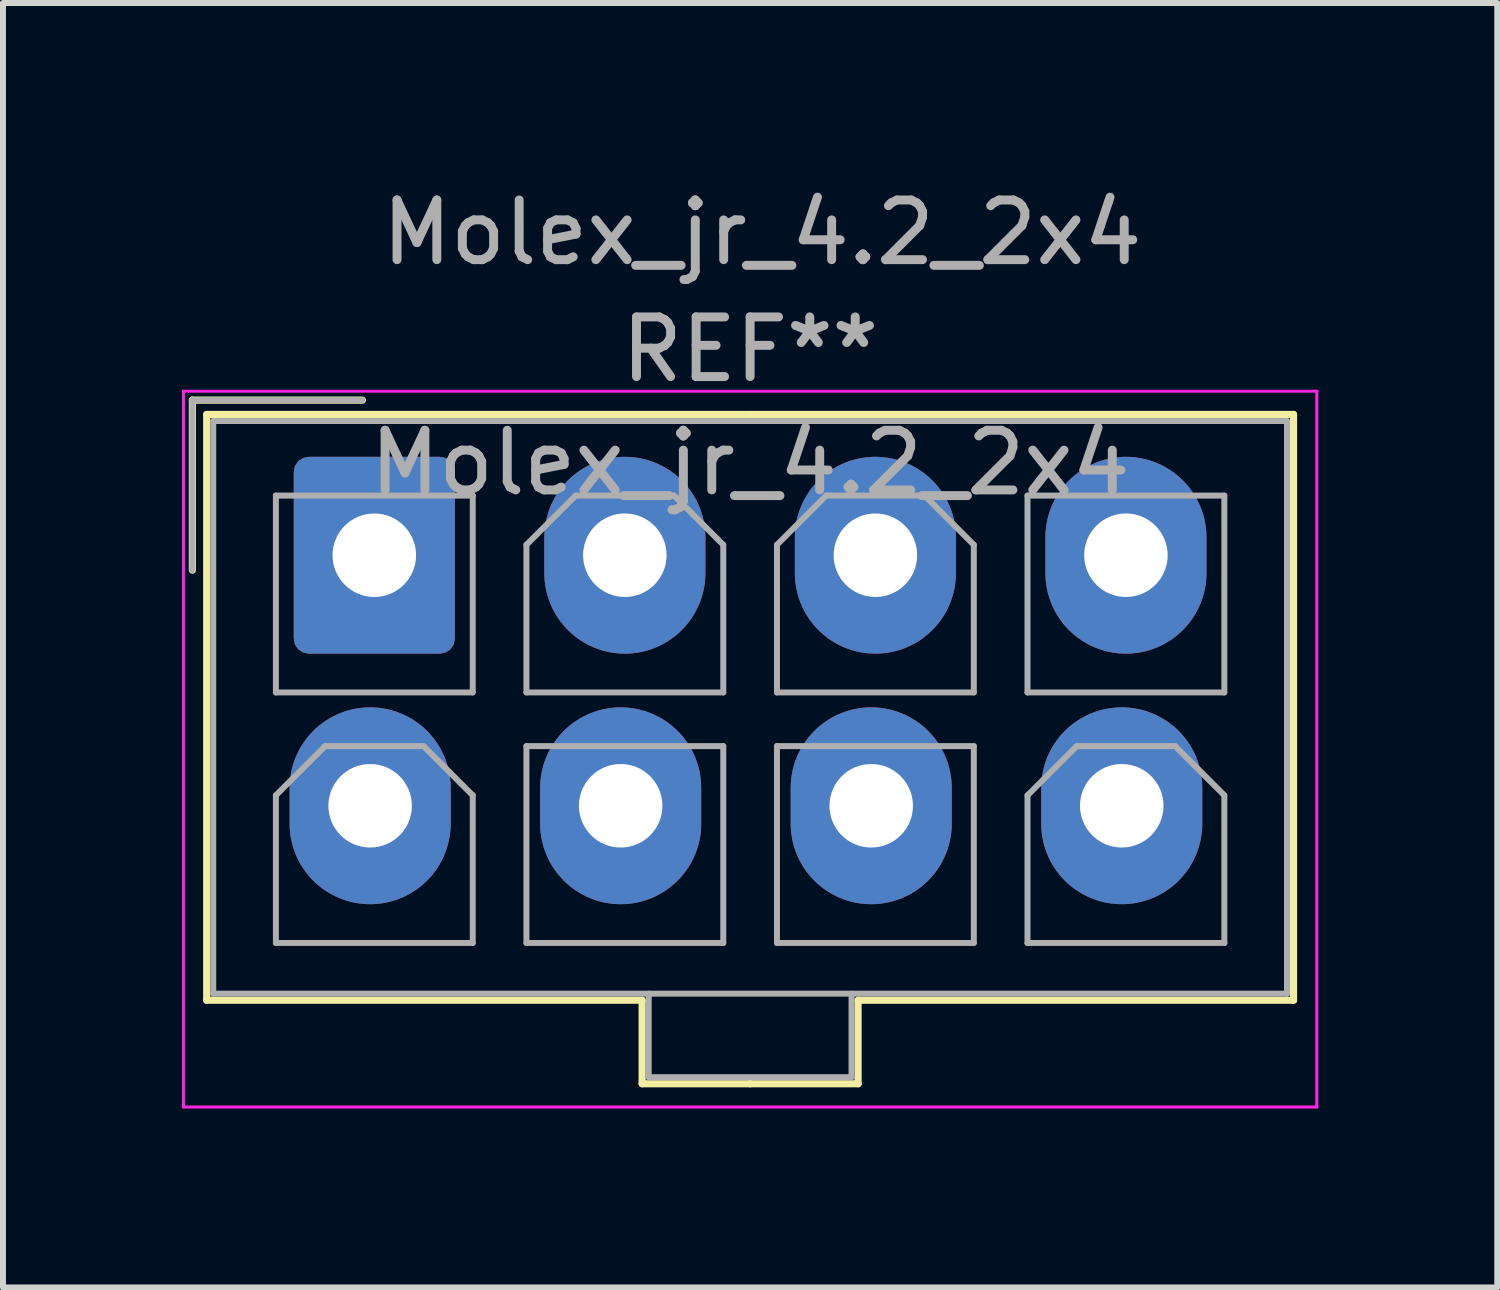
<source format=kicad_pcb>
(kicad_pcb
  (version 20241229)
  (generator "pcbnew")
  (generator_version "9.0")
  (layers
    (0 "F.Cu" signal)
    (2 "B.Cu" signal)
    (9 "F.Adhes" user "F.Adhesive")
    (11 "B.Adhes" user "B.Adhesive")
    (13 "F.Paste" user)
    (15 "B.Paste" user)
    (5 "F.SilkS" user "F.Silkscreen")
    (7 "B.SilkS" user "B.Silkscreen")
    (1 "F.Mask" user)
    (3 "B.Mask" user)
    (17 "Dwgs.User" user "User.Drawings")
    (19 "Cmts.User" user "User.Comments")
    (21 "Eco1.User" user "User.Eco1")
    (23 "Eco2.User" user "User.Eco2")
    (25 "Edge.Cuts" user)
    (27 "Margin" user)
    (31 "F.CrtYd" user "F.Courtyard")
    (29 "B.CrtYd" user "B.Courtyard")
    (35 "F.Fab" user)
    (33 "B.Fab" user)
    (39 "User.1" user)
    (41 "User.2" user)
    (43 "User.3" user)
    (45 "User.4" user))
  (footprint "Molex_jr_4.2_2x4"
    (layer "F.Cu")
    (at 9.725 0.348)
    (property "Reference" "Molex_jr_4.2_2x4" (at 0 0.5 0) (layer "F.Fab") (effects (font (size 1 1) (thickness 0.15))))
    (attr through_hole)
    (fp_line (start -9.55 3.31) (end -9.55 6.16) (stroke (width 0.12) (type solid)) (layer "F.SilkS"))
    (fp_line (start -9.31 3.55) (end -9.31 13.37) (stroke (width 0.12) (type solid)) (layer "F.SilkS"))
    (fp_line (start -9.31 13.37) (end -2.01 13.37) (stroke (width 0.12) (type solid)) (layer "F.SilkS"))
    (fp_line (start -6.7 3.31) (end -9.55 3.31) (stroke (width 0.12) (type solid)) (layer "F.SilkS"))
    (fp_line (start -2.01 13.37) (end -2.01 14.77) (stroke (width 0.12) (type solid)) (layer "F.SilkS"))
    (fp_line (start -2.01 14.77) (end -0.2 14.77) (stroke (width 0.12) (type solid)) (layer "F.SilkS"))
    (fp_line (start -0.2 3.55) (end -9.31 3.55) (stroke (width 0.12) (type solid)) (layer "F.SilkS"))
    (fp_line (start -0.2 3.55) (end 8.91 3.55) (stroke (width 0.12) (type solid)) (layer "F.SilkS"))
    (fp_line (start 1.61 13.37) (end 1.61 14.77) (stroke (width 0.12) (type solid)) (layer "F.SilkS"))
    (fp_line (start 1.61 14.77) (end -0.2 14.77) (stroke (width 0.12) (type solid)) (layer "F.SilkS"))
    (fp_line (start 8.91 3.55) (end 8.91 13.37) (stroke (width 0.12) (type solid)) (layer "F.SilkS"))
    (fp_line (start 8.91 13.37) (end 1.61 13.37) (stroke (width 0.12) (type solid)) (layer "F.SilkS"))
    (fp_line (start -9.7 3.16) (end -9.7 15.16) (stroke (width 0.05) (type solid)) (layer "F.CrtYd"))
    (fp_line (start -9.7 15.16) (end 9.3 15.16) (stroke (width 0.05) (type solid)) (layer "F.CrtYd"))
    (fp_line (start 9.3 3.16) (end -9.7 3.16) (stroke (width 0.05) (type solid)) (layer "F.CrtYd"))
    (fp_line (start 9.3 15.16) (end 9.3 3.16) (stroke (width 0.05) (type solid)) (layer "F.CrtYd"))
    (fp_line (start -9.55 3.31) (end -9.55 6.16) (stroke (width 0.1) (type solid)) (layer "F.Fab"))
    (fp_line (start -9.2 3.66) (end -9.2 13.26) (stroke (width 0.1) (type solid)) (layer "F.Fab"))
    (fp_line (start -9.2 13.26) (end 8.8 13.26) (stroke (width 0.1) (type solid)) (layer "F.Fab"))
    (fp_line (start -8.15 4.91) (end -8.15 8.21) (stroke (width 0.1) (type solid)) (layer "F.Fab"))
    (fp_line (start -8.15 8.21) (end -4.85 8.21) (stroke (width 0.1) (type solid)) (layer "F.Fab"))
    (fp_line (start -8.15 9.935) (end -7.325 9.11) (stroke (width 0.1) (type solid)) (layer "F.Fab"))
    (fp_line (start -8.15 12.41) (end -8.15 9.935) (stroke (width 0.1) (type solid)) (layer "F.Fab"))
    (fp_line (start -7.325 9.11) (end -5.675 9.11) (stroke (width 0.1) (type solid)) (layer "F.Fab"))
    (fp_line (start -6.7 3.31) (end -9.55 3.31) (stroke (width 0.1) (type solid)) (layer "F.Fab"))
    (fp_line (start -5.675 9.11) (end -4.85 9.935) (stroke (width 0.1) (type solid)) (layer "F.Fab"))
    (fp_line (start -4.85 4.91) (end -8.15 4.91) (stroke (width 0.1) (type solid)) (layer "F.Fab"))
    (fp_line (start -4.85 8.21) (end -4.85 4.91) (stroke (width 0.1) (type solid)) (layer "F.Fab"))
    (fp_line (start -4.85 9.935) (end -4.85 12.41) (stroke (width 0.1) (type solid)) (layer "F.Fab"))
    (fp_line (start -4.85 12.41) (end -8.15 12.41) (stroke (width 0.1) (type solid)) (layer "F.Fab"))
    (fp_line (start -3.95 5.735) (end -3.125 4.91) (stroke (width 0.1) (type solid)) (layer "F.Fab"))
    (fp_line (start -3.95 8.21) (end -3.95 5.735) (stroke (width 0.1) (type solid)) (layer "F.Fab"))
    (fp_line (start -3.95 9.11) (end -3.95 12.41) (stroke (width 0.1) (type solid)) (layer "F.Fab"))
    (fp_line (start -3.95 12.41) (end -0.65 12.41) (stroke (width 0.1) (type solid)) (layer "F.Fab"))
    (fp_line (start -3.125 4.91) (end -1.475 4.91) (stroke (width 0.1) (type solid)) (layer "F.Fab"))
    (fp_line (start -1.9 13.26) (end -1.9 14.66) (stroke (width 0.1) (type solid)) (layer "F.Fab"))
    (fp_line (start -1.9 14.66) (end 1.5 14.66) (stroke (width 0.1) (type solid)) (layer "F.Fab"))
    (fp_line (start -1.475 4.91) (end -0.65 5.735) (stroke (width 0.1) (type solid)) (layer "F.Fab"))
    (fp_line (start -0.65 5.735) (end -0.65 8.21) (stroke (width 0.1) (type solid)) (layer "F.Fab"))
    (fp_line (start -0.65 8.21) (end -3.95 8.21) (stroke (width 0.1) (type solid)) (layer "F.Fab"))
    (fp_line (start -0.65 9.11) (end -3.95 9.11) (stroke (width 0.1) (type solid)) (layer "F.Fab"))
    (fp_line (start -0.65 12.41) (end -0.65 9.11) (stroke (width 0.1) (type solid)) (layer "F.Fab"))
    (fp_line (start 0.25 5.735) (end 1.075 4.91) (stroke (width 0.1) (type solid)) (layer "F.Fab"))
    (fp_line (start 0.25 8.21) (end 0.25 5.735) (stroke (width 0.1) (type solid)) (layer "F.Fab"))
    (fp_line (start 0.25 9.11) (end 0.25 12.41) (stroke (width 0.1) (type solid)) (layer "F.Fab"))
    (fp_line (start 0.25 12.41) (end 3.55 12.41) (stroke (width 0.1) (type solid)) (layer "F.Fab"))
    (fp_line (start 1.075 4.91) (end 2.725 4.91) (stroke (width 0.1) (type solid)) (layer "F.Fab"))
    (fp_line (start 1.5 14.66) (end 1.5 13.26) (stroke (width 0.1) (type solid)) (layer "F.Fab"))
    (fp_line (start 2.725 4.91) (end 3.55 5.735) (stroke (width 0.1) (type solid)) (layer "F.Fab"))
    (fp_line (start 3.55 5.735) (end 3.55 8.21) (stroke (width 0.1) (type solid)) (layer "F.Fab"))
    (fp_line (start 3.55 8.21) (end 0.25 8.21) (stroke (width 0.1) (type solid)) (layer "F.Fab"))
    (fp_line (start 3.55 9.11) (end 0.25 9.11) (stroke (width 0.1) (type solid)) (layer "F.Fab"))
    (fp_line (start 3.55 12.41) (end 3.55 9.11) (stroke (width 0.1) (type solid)) (layer "F.Fab"))
    (fp_line (start 4.45 4.91) (end 4.45 8.21) (stroke (width 0.1) (type solid)) (layer "F.Fab"))
    (fp_line (start 4.45 8.21) (end 7.75 8.21) (stroke (width 0.1) (type solid)) (layer "F.Fab"))
    (fp_line (start 4.45 9.935) (end 5.275 9.11) (stroke (width 0.1) (type solid)) (layer "F.Fab"))
    (fp_line (start 4.45 12.41) (end 4.45 9.935) (stroke (width 0.1) (type solid)) (layer "F.Fab"))
    (fp_line (start 5.275 9.11) (end 6.925 9.11) (stroke (width 0.1) (type solid)) (layer "F.Fab"))
    (fp_line (start 6.925 9.11) (end 7.75 9.935) (stroke (width 0.1) (type solid)) (layer "F.Fab"))
    (fp_line (start 7.75 4.91) (end 4.45 4.91) (stroke (width 0.1) (type solid)) (layer "F.Fab"))
    (fp_line (start 7.75 8.21) (end 7.75 4.91) (stroke (width 0.1) (type solid)) (layer "F.Fab"))
    (fp_line (start 7.75 9.935) (end 7.75 12.41) (stroke (width 0.1) (type solid)) (layer "F.Fab"))
    (fp_line (start 7.75 12.41) (end 4.45 12.41) (stroke (width 0.1) (type solid)) (layer "F.Fab"))
    (fp_line (start 8.8 3.66) (end -9.2 3.66) (stroke (width 0.1) (type solid)) (layer "F.Fab"))
    (fp_line (start 8.8 13.26) (end 8.8 3.66) (stroke (width 0.1) (type solid)) (layer "F.Fab"))
    (fp_text user "REF**" (at -0.2 2.46 0) (layer "F.Fab") (effects (font (size 1 1) (thickness 0.15))))
    (fp_text user "${REFERENCE}" (at -0.2 4.36 0) (layer "F.Fab") (effects (font (size 1 1) (thickness 0.15))))
    (pad "1" thru_hole roundrect (at -6.5 5.91) (size 2.7 3.3) (drill 1.4) (layers "*.Cu" "*.Mask") (roundrect_rratio 0.093))
    (pad "2" thru_hole oval (at -2.3 5.91) (size 2.7 3.3) (drill 1.4) (layers "*.Cu" "*.Mask"))
    (pad "3" thru_hole oval (at 1.9 5.91) (size 2.7 3.3) (drill 1.4) (layers "*.Cu" "*.Mask"))
    (pad "4" thru_hole oval (at 6.1 5.91) (size 2.7 3.3) (drill 1.4) (layers "*.Cu" "*.Mask"))
    (pad "5" thru_hole oval (at -6.57 10.11) (size 2.7 3.3) (drill 1.4) (layers "*.Cu" "*.Mask"))
    (pad "6" thru_hole oval (at -2.37 10.11) (size 2.7 3.3) (drill 1.4) (layers "*.Cu" "*.Mask"))
    (pad "7" thru_hole oval (at 1.83 10.11) (size 2.7 3.3) (drill 1.4) (layers "*.Cu" "*.Mask"))
    (pad "8" thru_hole oval (at 6.03 10.11) (size 2.7 3.3) (drill 1.4) (layers "*.Cu" "*.Mask")))
  (gr_rect
    (start -3 -3)
    (end 22.05 18.533)
    (stroke (width 0.1) (type default))
    (fill no)
    (layer "Edge.Cuts")))
</source>
